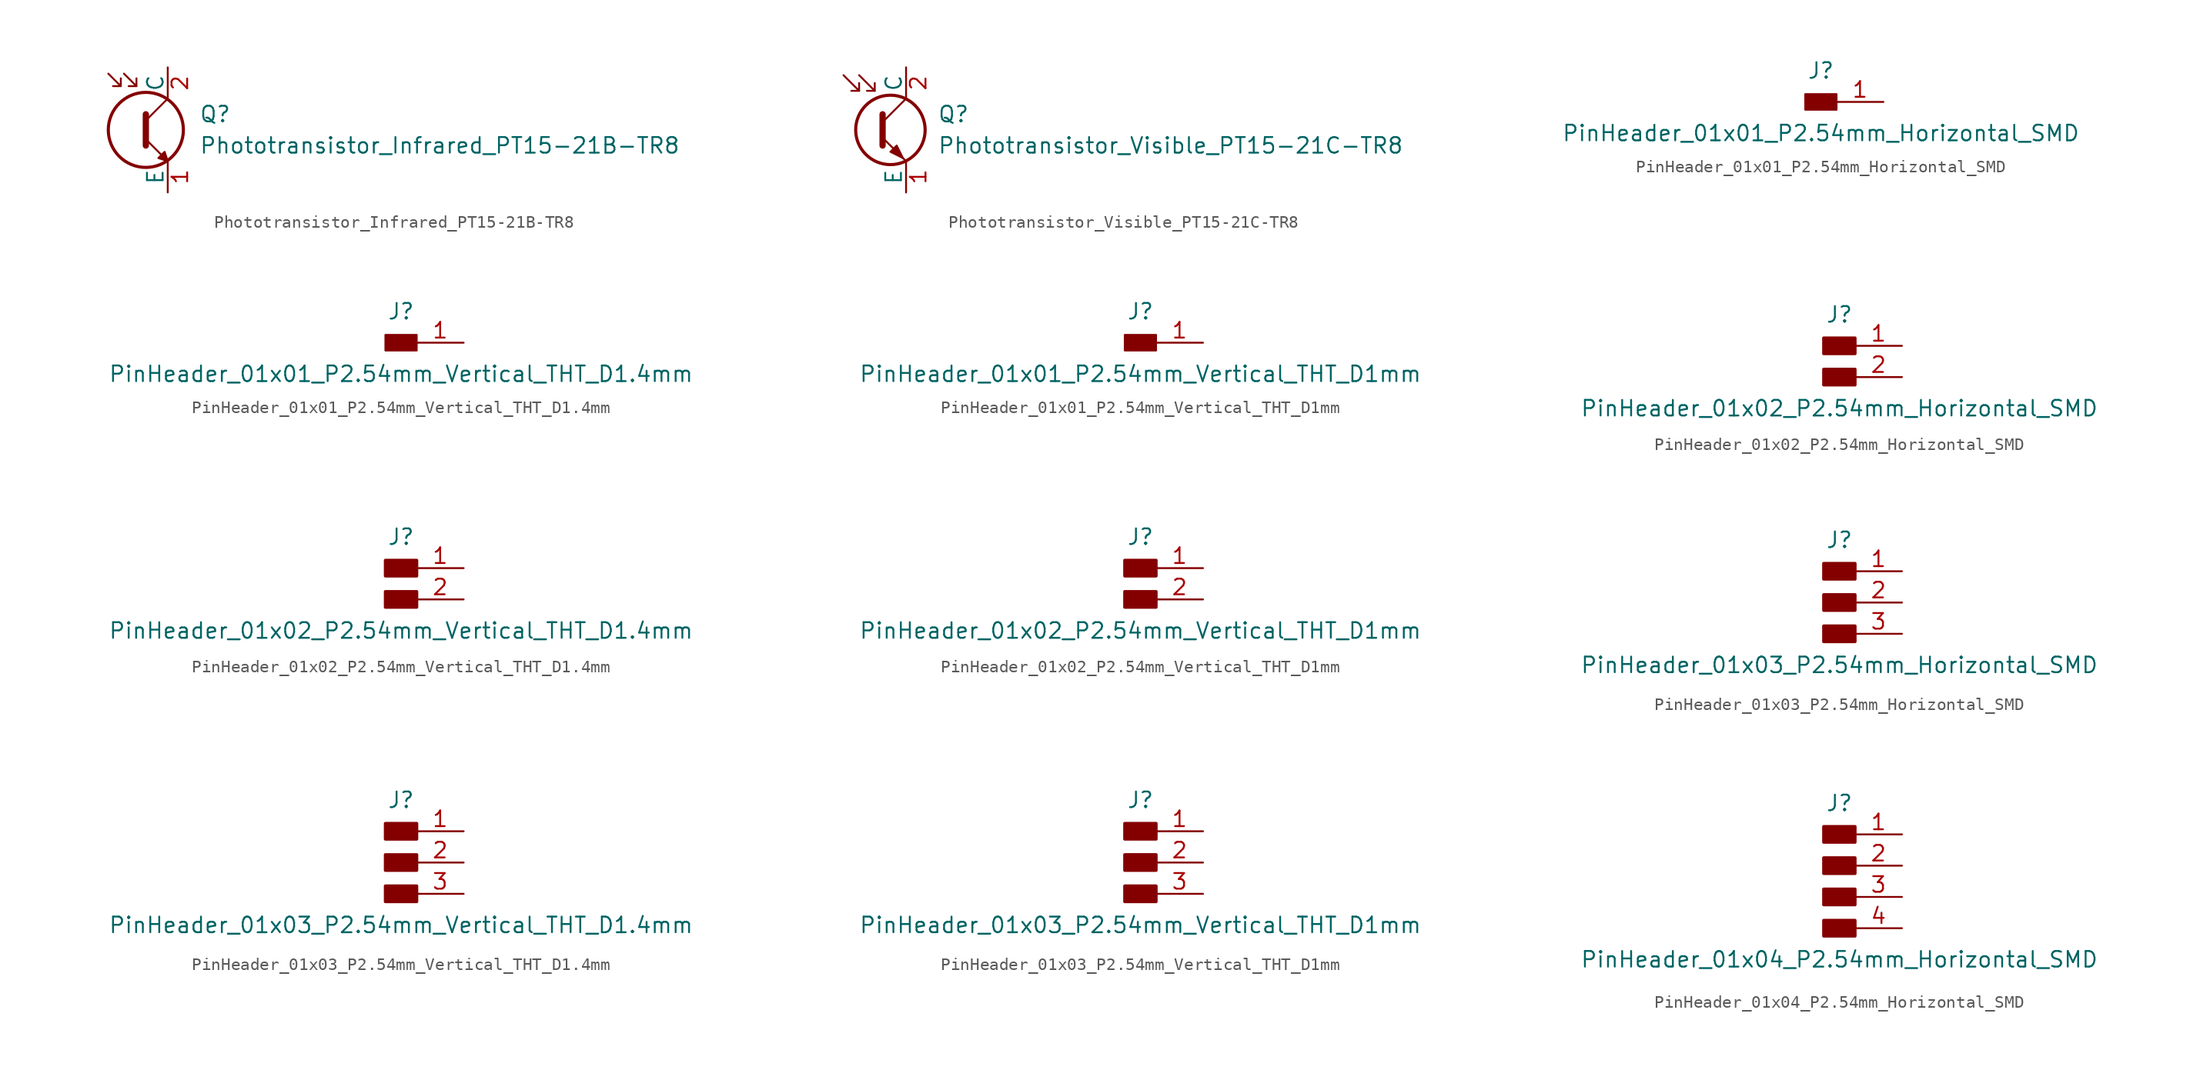
<source format=kicad_sym>
(kicad_symbol_lib
  (version 20231120)
  (generator "kicad_symbol_editor")
  (generator_version "8.0")
  (symbol "Phototransistor_Infrared_PT15-21B-TR8"
    (pin_names
      (offset 0))
    (property "Reference" "Q"
      (at 2.54 1.27 0)
      (effects (font (size 1.27 1.27)) (justify left)))
    (property "Value" "Phototransistor_Infrared_PT15-21B-TR8"
      (at 2.54 -1.27 0)
      (effects (font (size 1.27 1.27)) (justify left)))
    (symbol "Phototransistor_Infrared_PT15-21B-TR8_0_1"
      (circle (center -1.778 0) (radius 3.048) (stroke (width 0.254) (type default)) (fill (type none)))
      (polyline (pts (xy -3.81 3.556) (xy -4.445 3.556)) (stroke (width 0) (type default)) (fill (type none)))
      (polyline (pts (xy -2.54 3.556) (xy -3.175 3.556)) (stroke (width 0) (type default)) (fill (type none)))
      (polyline (pts (xy -1.778 1.27) (xy -1.778 -1.27)) (stroke (width 0.508) (type default)) (fill (type none)))
      (polyline (pts (xy -4.826 4.572) (xy -3.81 3.556) (xy -3.81 4.191)) (stroke (width 0) (type default)) (fill (type none)))
      (polyline (pts (xy -3.556 4.572) (xy -2.54 3.556) (xy -2.54 4.191)) (stroke (width 0) (type default)) (fill (type none)))
      (polyline (pts (xy 0 -2.54) (xy -0.254 -1.778) (xy -0.762 -2.286) (xy 0 -2.54)) (stroke (width 0) (type default)) (fill (type outline)))
      (polyline (pts (xy 0 2.54) (xy -1.778 0.762) (xy -1.778 -0.762) (xy 0 -2.54)) (stroke (width 0) (type default)) (fill (type none))))
    (symbol "Phototransistor_Infrared_PT15-21B-TR8_1_1"
      (pin passive line (at 0 -5.08 90) (length 2.54) (name "E" (effects (font (size 1.27 1.27)))) (number "1" (effects (font (size 1.27 1.27)))))
      (pin passive line (at 0 5.08 270) (length 2.54) (name "C" (effects (font (size 1.27 1.27)))) (number "2" (effects (font (size 1.27 1.27)))))))
  (symbol "Phototransistor_Visible_PT15-21C-TR8"
    (pin_names
      (offset 0))
    (property "Reference" "Q"
      (at 2.54 1.27 0)
      (effects (font (size 1.27 1.27)) (justify left)))
    (property "Value" "Phototransistor_Visible_PT15-21C-TR8"
      (at 2.54 -1.27 0)
      (effects (font (size 1.27 1.27)) (justify left)))
    (symbol "Phototransistor_Visible_PT15-21C-TR8_0_1"
      (circle (center -1.27 0) (radius 2.819) (stroke (width 0.254) (type default)) (fill (type none)))
      (polyline (pts (xy -3.81 3.175) (xy -4.445 3.175)) (stroke (width 0) (type default)) (fill (type none)))
      (polyline (pts (xy -2.54 3.175) (xy -3.175 3.175)) (stroke (width 0) (type default)) (fill (type none)))
      (polyline (pts (xy -1.905 0.635) (xy 0 2.54)) (stroke (width 0) (type default)) (fill (type none)))
      (polyline (pts (xy -5.08 4.445) (xy -3.81 3.175) (xy -3.81 3.81)) (stroke (width 0) (type default)) (fill (type none)))
      (polyline (pts (xy -3.81 4.445) (xy -2.54 3.175) (xy -2.54 3.81)) (stroke (width 0) (type default)) (fill (type none)))
      (polyline (pts (xy -1.905 -0.635) (xy 0 -2.54) (xy 0 -2.54)) (stroke (width 0) (type default)) (fill (type none)))
      (polyline (pts (xy -1.905 1.27) (xy -1.905 -1.27) (xy -1.905 -1.27)) (stroke (width 0.508) (type default)) (fill (type none)))
      (polyline (pts (xy -1.27 -1.778) (xy -0.762 -1.27) (xy -0.254 -2.286) (xy -1.27 -1.778) (xy -1.27 -1.778)) (stroke (width 0) (type default)) (fill (type outline))))
    (symbol "Phototransistor_Visible_PT15-21C-TR8_1_1"
      (pin passive line (at 0 -5.08 90) (length 2.54) (name "E" (effects (font (size 1.27 1.27)))) (number "1" (effects (font (size 1.27 1.27)))))
      (pin passive line (at 0 5.08 270) (length 2.54) (name "C" (effects (font (size 1.27 1.27)))) (number "2" (effects (font (size 1.27 1.27)))))))
  (symbol "PinHeader_01x01_P2.54mm_Horizontal_SMD"
    (pin_names
      (offset 1.016) hide)
    (property "Reference" "J"
      (at 0 2.54 0)
      (effects (font (size 1.27 1.27))))
    (property "Value" "PinHeader_01x01_P2.54mm_Horizontal_SMD"
      (at 0 -2.54 0)
      (effects (font (size 1.27 1.27))))
    (symbol "PinHeader_01x01_P2.54mm_Horizontal_SMD_1_1"
      (rectangle (start -1.27 0.635) (end 1.27 -0.635) (stroke (width 0.152) (type default)) (fill (type outline)))
      (pin passive line (at 5.08 0 180) (length 3.81) (name "Pin_1" (effects (font (size 1.27 1.27)))) (number "1" (effects (font (size 1.27 1.27)))))))
  (symbol "PinHeader_01x01_P2.54mm_Vertical_THT_D1.4mm"
    (pin_names
      (offset 1.016) hide)
    (property "Reference" "J"
      (at 0 2.54 0)
      (effects (font (size 1.27 1.27))))
    (property "Value" "PinHeader_01x01_P2.54mm_Vertical_THT_D1.4mm"
      (at 0 -2.54 0)
      (effects (font (size 1.27 1.27))))
    (symbol "PinHeader_01x01_P2.54mm_Vertical_THT_D1.4mm_1_1"
      (rectangle (start -1.27 0.635) (end 1.27 -0.635) (stroke (width 0.152) (type default)) (fill (type outline)))
      (pin passive line (at 5.08 0 180) (length 3.81) (name "Pin_1" (effects (font (size 1.27 1.27)))) (number "1" (effects (font (size 1.27 1.27)))))))
  (symbol "PinHeader_01x01_P2.54mm_Vertical_THT_D1mm"
    (pin_names
      (offset 1.016) hide)
    (property "Reference" "J"
      (at 0 2.54 0)
      (effects (font (size 1.27 1.27))))
    (property "Value" "PinHeader_01x01_P2.54mm_Vertical_THT_D1mm"
      (at 0 -2.54 0)
      (effects (font (size 1.27 1.27))))
    (symbol "PinHeader_01x01_P2.54mm_Vertical_THT_D1mm_1_1"
      (rectangle (start -1.27 0.635) (end 1.27 -0.635) (stroke (width 0.152) (type default)) (fill (type outline)))
      (pin passive line (at 5.08 0 180) (length 3.81) (name "Pin_1" (effects (font (size 1.27 1.27)))) (number "1" (effects (font (size 1.27 1.27)))))))
  (symbol "PinHeader_01x02_P2.54mm_Horizontal_SMD"
    (pin_names hide)
    (property "Reference" "J"
      (at 0 2.54 0)
      (effects (font (size 1.27 1.27))))
    (property "Value" "PinHeader_01x02_P2.54mm_Horizontal_SMD"
      (at 0 -5.08 0)
      (effects (font (size 1.27 1.27))))
    (symbol "PinHeader_01x02_P2.54mm_Horizontal_SMD_1_1"
      (rectangle (start -1.27 -1.905) (end 1.27 -3.175) (stroke (width 0.254) (type default)) (fill (type outline)))
      (rectangle (start -1.27 0.635) (end 1.27 -0.635) (stroke (width 0.254) (type default)) (fill (type outline)))
      (pin passive line (at 5.08 0 180) (length 3.81) (name "Pin_1" (effects (font (size 1.27 1.27)))) (number "1" (effects (font (size 1.27 1.27)))))
      (pin passive line (at 5.08 -2.54 180) (length 3.81) (name "Pin_2" (effects (font (size 1.27 1.27)))) (number "2" (effects (font (size 1.27 1.27)))))))
  (symbol "PinHeader_01x02_P2.54mm_Vertical_THT_D1.4mm"
    (pin_names hide)
    (property "Reference" "J"
      (at 0 2.54 0)
      (effects (font (size 1.27 1.27))))
    (property "Value" "PinHeader_01x02_P2.54mm_Vertical_THT_D1.4mm"
      (at 0 -5.08 0)
      (effects (font (size 1.27 1.27))))
    (symbol "PinHeader_01x02_P2.54mm_Vertical_THT_D1.4mm_1_1"
      (rectangle (start -1.27 -1.905) (end 1.27 -3.175) (stroke (width 0.254) (type default)) (fill (type outline)))
      (rectangle (start -1.27 0.635) (end 1.27 -0.635) (stroke (width 0.254) (type default)) (fill (type outline)))
      (pin passive line (at 5.08 0 180) (length 3.81) (name "Pin_1" (effects (font (size 1.27 1.27)))) (number "1" (effects (font (size 1.27 1.27)))))
      (pin passive line (at 5.08 -2.54 180) (length 3.81) (name "Pin_2" (effects (font (size 1.27 1.27)))) (number "2" (effects (font (size 1.27 1.27)))))))
  (symbol "PinHeader_01x02_P2.54mm_Vertical_THT_D1mm"
    (pin_names hide)
    (property "Reference" "J"
      (at 0 2.54 0)
      (effects (font (size 1.27 1.27))))
    (property "Value" "PinHeader_01x02_P2.54mm_Vertical_THT_D1mm"
      (at 0 -5.08 0)
      (effects (font (size 1.27 1.27))))
    (symbol "PinHeader_01x02_P2.54mm_Vertical_THT_D1mm_1_1"
      (rectangle (start -1.27 -1.905) (end 1.27 -3.175) (stroke (width 0.254) (type default)) (fill (type outline)))
      (rectangle (start -1.27 0.635) (end 1.27 -0.635) (stroke (width 0.254) (type default)) (fill (type outline)))
      (pin passive line (at 5.08 0 180) (length 3.81) (name "Pin_1" (effects (font (size 1.27 1.27)))) (number "1" (effects (font (size 1.27 1.27)))))
      (pin passive line (at 5.08 -2.54 180) (length 3.81) (name "Pin_2" (effects (font (size 1.27 1.27)))) (number "2" (effects (font (size 1.27 1.27)))))))
  (symbol "PinHeader_01x03_P2.54mm_Horizontal_SMD"
    (pin_names hide)
    (property "Reference" "J"
      (at 0 5.08 0)
      (effects (font (size 1.27 1.27))))
    (property "Value" "PinHeader_01x03_P2.54mm_Horizontal_SMD"
      (at 0 -5.08 0)
      (effects (font (size 1.27 1.27))))
    (symbol "PinHeader_01x03_P2.54mm_Horizontal_SMD_1_1"
      (rectangle (start -1.27 -1.905) (end 1.27 -3.175) (stroke (width 0.254) (type default)) (fill (type outline)))
      (rectangle (start -1.27 0.635) (end 1.27 -0.635) (stroke (width 0.254) (type default)) (fill (type outline)))
      (rectangle (start -1.27 3.175) (end 1.27 1.905) (stroke (width 0.254) (type default)) (fill (type outline)))
      (pin passive line (at 5.08 2.54 180) (length 3.81) (name "Pin_1" (effects (font (size 1.27 1.27)))) (number "1" (effects (font (size 1.27 1.27)))))
      (pin passive line (at 5.08 0 180) (length 3.81) (name "Pin_2" (effects (font (size 1.27 1.27)))) (number "2" (effects (font (size 1.27 1.27)))))
      (pin passive line (at 5.08 -2.54 180) (length 3.81) (name "Pin_3" (effects (font (size 1.27 1.27)))) (number "3" (effects (font (size 1.27 1.27)))))))
  (symbol "PinHeader_01x03_P2.54mm_Vertical_THT_D1.4mm"
    (pin_names hide)
    (property "Reference" "J"
      (at 0 5.08 0)
      (effects (font (size 1.27 1.27))))
    (property "Value" "PinHeader_01x03_P2.54mm_Vertical_THT_D1.4mm"
      (at 0 -5.08 0)
      (effects (font (size 1.27 1.27))))
    (symbol "PinHeader_01x03_P2.54mm_Vertical_THT_D1.4mm_1_1"
      (rectangle (start -1.27 -1.905) (end 1.27 -3.175) (stroke (width 0.254) (type default)) (fill (type outline)))
      (rectangle (start -1.27 0.635) (end 1.27 -0.635) (stroke (width 0.254) (type default)) (fill (type outline)))
      (rectangle (start -1.27 3.175) (end 1.27 1.905) (stroke (width 0.254) (type default)) (fill (type outline)))
      (pin passive line (at 5.08 2.54 180) (length 3.81) (name "Pin_1" (effects (font (size 1.27 1.27)))) (number "1" (effects (font (size 1.27 1.27)))))
      (pin passive line (at 5.08 0 180) (length 3.81) (name "Pin_2" (effects (font (size 1.27 1.27)))) (number "2" (effects (font (size 1.27 1.27)))))
      (pin passive line (at 5.08 -2.54 180) (length 3.81) (name "Pin_3" (effects (font (size 1.27 1.27)))) (number "3" (effects (font (size 1.27 1.27)))))))
  (symbol "PinHeader_01x03_P2.54mm_Vertical_THT_D1mm"
    (pin_names hide)
    (property "Reference" "J"
      (at 0 5.08 0)
      (effects (font (size 1.27 1.27))))
    (property "Value" "PinHeader_01x03_P2.54mm_Vertical_THT_D1mm"
      (at 0 -5.08 0)
      (effects (font (size 1.27 1.27))))
    (symbol "PinHeader_01x03_P2.54mm_Vertical_THT_D1mm_1_1"
      (rectangle (start -1.27 -1.905) (end 1.27 -3.175) (stroke (width 0.254) (type default)) (fill (type outline)))
      (rectangle (start -1.27 0.635) (end 1.27 -0.635) (stroke (width 0.254) (type default)) (fill (type outline)))
      (rectangle (start -1.27 3.175) (end 1.27 1.905) (stroke (width 0.254) (type default)) (fill (type outline)))
      (pin passive line (at 5.08 2.54 180) (length 3.81) (name "Pin_1" (effects (font (size 1.27 1.27)))) (number "1" (effects (font (size 1.27 1.27)))))
      (pin passive line (at 5.08 0 180) (length 3.81) (name "Pin_2" (effects (font (size 1.27 1.27)))) (number "2" (effects (font (size 1.27 1.27)))))
      (pin passive line (at 5.08 -2.54 180) (length 3.81) (name "Pin_3" (effects (font (size 1.27 1.27)))) (number "3" (effects (font (size 1.27 1.27)))))))
  (symbol "PinHeader_01x04_P2.54mm_Horizontal_SMD"
    (pin_names hide)
    (property "Reference" "J"
      (at 0 5.08 0)
      (effects (font (size 1.27 1.27))))
    (property "Value" "PinHeader_01x04_P2.54mm_Horizontal_SMD"
      (at 0 -7.62 0)
      (effects (font (size 1.27 1.27))))
    (symbol "PinHeader_01x04_P2.54mm_Horizontal_SMD_1_1"
      (rectangle (start -1.27 -4.445) (end 1.27 -5.715) (stroke (width 0.254) (type default)) (fill (type outline)))
      (rectangle (start -1.27 -1.905) (end 1.27 -3.175) (stroke (width 0.254) (type default)) (fill (type outline)))
      (rectangle (start -1.27 0.635) (end 1.27 -0.635) (stroke (width 0.254) (type default)) (fill (type outline)))
      (rectangle (start -1.27 3.175) (end 1.27 1.905) (stroke (width 0.254) (type default)) (fill (type outline)))
      (pin passive line (at 5.08 2.54 180) (length 3.81) (name "Pin_1" (effects (font (size 1.27 1.27)))) (number "1" (effects (font (size 1.27 1.27)))))
      (pin passive line (at 5.08 0 180) (length 3.81) (name "Pin_2" (effects (font (size 1.27 1.27)))) (number "2" (effects (font (size 1.27 1.27)))))
      (pin passive line (at 5.08 -2.54 180) (length 3.81) (name "Pin_3" (effects (font (size 1.27 1.27)))) (number "3" (effects (font (size 1.27 1.27)))))
      (pin passive line (at 5.08 -5.08 180) (length 3.81) (name "Pin_4" (effects (font (size 1.27 1.27)))) (number "4" (effects (font (size 1.27 1.27))))))))
</source>
